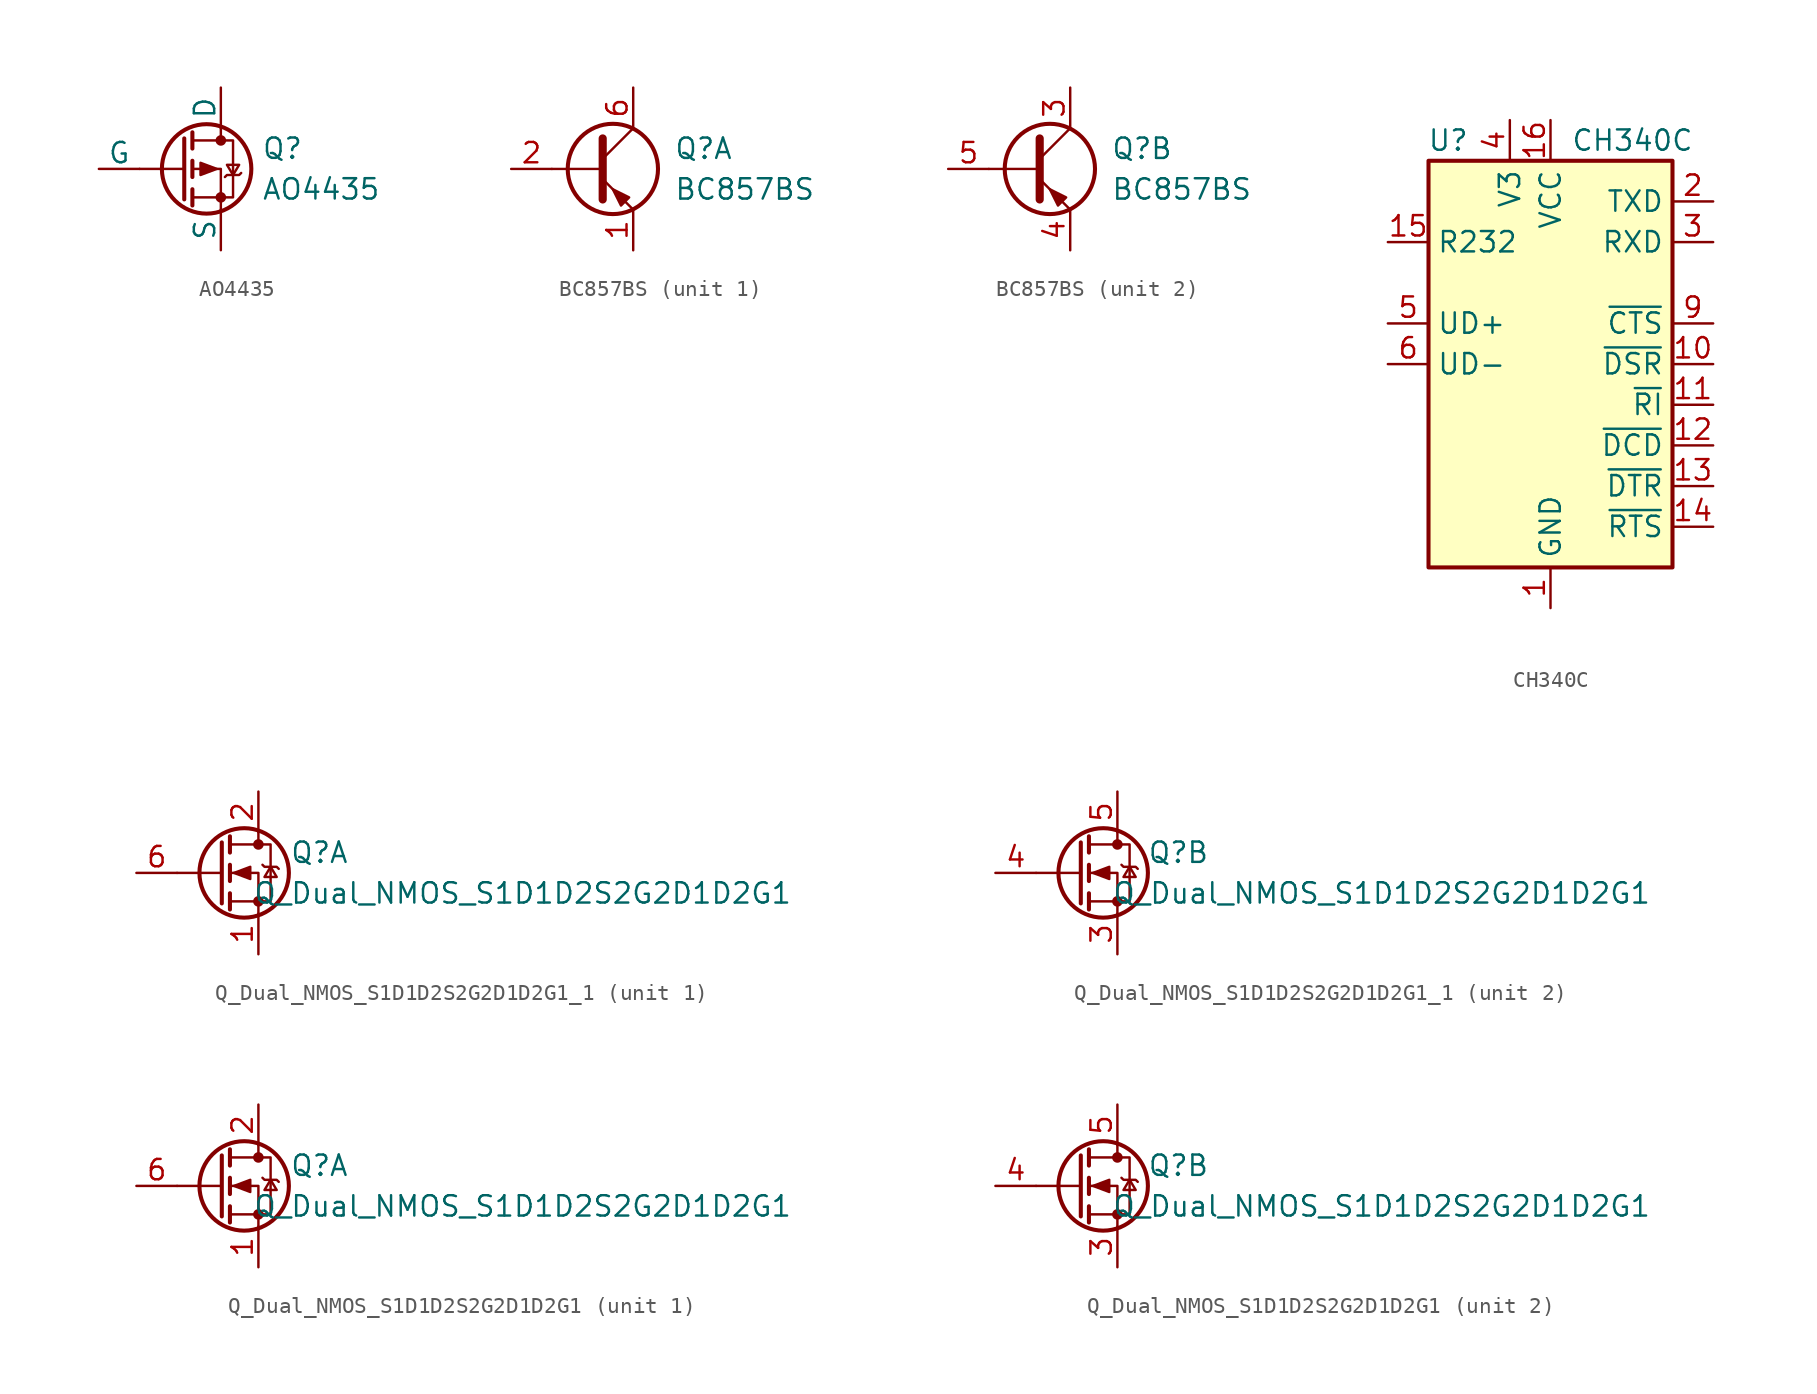
<source format=kicad_sym>
(kicad_symbol_lib
  (version 20220914)
  (generator kicad_symbol_editor)
  (symbol "AO4435"
    (pin_numbers hide)
    (pin_names
      (offset 0))
    (property "Reference" "Q"
      (at 5.08 1.27 0)
      (effects (font (size 1.27 1.27)) (justify left)))
    (property "Value" "AO4435"
      (at 5.08 -1.27 0)
      (effects (font (size 1.27 1.27)) (justify left)))
    (symbol "AO4435_0_1"
      (polyline (pts (xy 0.254 0) (xy -2.54 0)) (stroke (width 0) (type default)) (fill (type none)))
      (polyline (pts (xy 0.254 1.905) (xy 0.254 -1.905)) (stroke (width 0.254) (type default)) (fill (type none)))
      (polyline (pts (xy 0.762 -1.27) (xy 0.762 -2.286)) (stroke (width 0.254) (type default)) (fill (type none)))
      (polyline (pts (xy 0.762 0.508) (xy 0.762 -0.508)) (stroke (width 0.254) (type default)) (fill (type none)))
      (polyline (pts (xy 0.762 2.286) (xy 0.762 1.27)) (stroke (width 0.254) (type default)) (fill (type none)))
      (polyline (pts (xy 2.54 2.54) (xy 2.54 1.778)) (stroke (width 0) (type default)) (fill (type none)))
      (polyline (pts (xy 2.54 -2.54) (xy 2.54 0) (xy 0.762 0)) (stroke (width 0) (type default)) (fill (type none)))
      (polyline (pts (xy 0.762 1.778) (xy 3.302 1.778) (xy 3.302 -1.778) (xy 0.762 -1.778)) (stroke (width 0) (type default)) (fill (type none)))
      (polyline (pts (xy 2.286 0) (xy 1.27 0.381) (xy 1.27 -0.381) (xy 2.286 0)) (stroke (width 0) (type default)) (fill (type outline)))
      (polyline (pts (xy 2.794 -0.508) (xy 2.921 -0.381) (xy 3.683 -0.381) (xy 3.81 -0.254)) (stroke (width 0) (type default)) (fill (type none)))
      (polyline (pts (xy 3.302 -0.381) (xy 2.921 0.254) (xy 3.683 0.254) (xy 3.302 -0.381)) (stroke (width 0) (type default)) (fill (type none)))
      (circle (center 1.651 0) (radius 2.794) (stroke (width 0.254) (type default)) (fill (type none)))
      (circle (center 2.54 -1.778) (radius 0.254) (stroke (width 0) (type default)) (fill (type outline)))
      (circle (center 2.54 1.778) (radius 0.254) (stroke (width 0) (type default)) (fill (type outline))))
    (symbol "AO4435_1_1"
      (pin passive line (at 2.54 -5.08 90) (length 2.54) (name "S" (effects (font (size 1.27 1.27)))) (number "1" (effects (font (size 1.27 1.27)))))
      (pin passive line (at 2.54 -5.08 90) (length 2.54) hide (name "S" (effects (font (size 1.27 1.27)))) (number "2" (effects (font (size 1.27 1.27)))))
      (pin passive line (at 2.54 -5.08 90) (length 2.54) hide (name "S" (effects (font (size 1.27 1.27)))) (number "3" (effects (font (size 1.27 1.27)))))
      (pin input line (at -5.08 0 0) (length 2.54) (name "G" (effects (font (size 1.27 1.27)))) (number "4" (effects (font (size 1.27 1.27)))))
      (pin passive line (at 2.54 5.08 270) (length 2.54) (name "D" (effects (font (size 1.27 1.27)))) (number "5" (effects (font (size 1.27 1.27)))))
      (pin passive line (at 2.54 5.08 270) (length 2.54) hide (name "D" (effects (font (size 1.27 1.27)))) (number "6" (effects (font (size 1.27 1.27)))))
      (pin passive line (at 2.54 5.08 270) (length 2.54) hide (name "D" (effects (font (size 1.27 1.27)))) (number "7" (effects (font (size 1.27 1.27)))))
      (pin passive line (at 2.54 5.08 270) (length 2.54) hide (name "D" (effects (font (size 1.27 1.27)))) (number "8" (effects (font (size 1.27 1.27)))))))
  (symbol "BC857BS"
    (pin_names
      (offset 0) hide)
    (property "Reference" "Q"
      (at 5.08 1.27 0)
      (effects (font (size 1.27 1.27)) (justify left)))
    (property "Value" "BC857BS"
      (at 5.08 -1.27 0)
      (effects (font (size 1.27 1.27)) (justify left)))
    (property "ki_locked" ""
      (at 0 0 0)
      (effects (font (size 1.27 1.27))))
    (symbol "BC857BS_0_1"
      (polyline (pts (xy 0.635 0) (xy -2.54 0)) (stroke (width 0) (type default)) (fill (type none)))
      (polyline (pts (xy 0.635 0.635) (xy 2.54 2.54)) (stroke (width 0) (type default)) (fill (type none)))
      (polyline (pts (xy 0.635 -0.635) (xy 2.54 -2.54) (xy 2.54 -2.54)) (stroke (width 0) (type default)) (fill (type none)))
      (polyline (pts (xy 0.635 1.905) (xy 0.635 -1.905) (xy 0.635 -1.905)) (stroke (width 0.508) (type default)) (fill (type none)))
      (polyline (pts (xy 2.286 -1.778) (xy 1.778 -2.286) (xy 1.27 -1.27) (xy 2.286 -1.778) (xy 2.286 -1.778)) (stroke (width 0) (type default)) (fill (type outline)))
      (circle (center 1.27 0) (radius 2.819) (stroke (width 0.254) (type default)) (fill (type none))))
    (symbol "BC857BS_1_1"
      (pin passive line (at 2.54 -5.08 90) (length 2.54) (name "E1" (effects (font (size 1.27 1.27)))) (number "1" (effects (font (size 1.27 1.27)))))
      (pin input line (at -5.08 0 0) (length 2.54) (name "B1" (effects (font (size 1.27 1.27)))) (number "2" (effects (font (size 1.27 1.27)))))
      (pin passive line (at 2.54 5.08 270) (length 2.54) (name "C1" (effects (font (size 1.27 1.27)))) (number "6" (effects (font (size 1.27 1.27))))))
    (symbol "BC857BS_2_1"
      (pin passive line (at 2.54 5.08 270) (length 2.54) (name "C2" (effects (font (size 1.27 1.27)))) (number "3" (effects (font (size 1.27 1.27)))))
      (pin passive line (at 2.54 -5.08 90) (length 2.54) (name "E2" (effects (font (size 1.27 1.27)))) (number "4" (effects (font (size 1.27 1.27)))))
      (pin input line (at -5.08 0 0) (length 2.54) (name "B2" (effects (font (size 1.27 1.27)))) (number "5" (effects (font (size 1.27 1.27)))))))
  (symbol "CH340C"
    (property "Reference" "U"
      (at -5.08 13.97 0)
      (effects (font (size 1.27 1.27)) (justify right)))
    (property "Value" "CH340C"
      (at 1.27 13.97 0)
      (effects (font (size 1.27 1.27)) (justify left)))
    (symbol "CH340C_0_1"
      (rectangle (start -7.62 12.7) (end 7.62 -12.7) (stroke (width 0.254) (type default)) (fill (type background))))
    (symbol "CH340C_1_1"
      (pin power_in line (at 0 -15.24 90) (length 2.54) (name "GND" (effects (font (size 1.27 1.27)))) (number "1" (effects (font (size 1.27 1.27)))))
      (pin input line (at 10.16 0 180) (length 2.54) (name "~{DSR}" (effects (font (size 1.27 1.27)))) (number "10" (effects (font (size 1.27 1.27)))))
      (pin input line (at 10.16 -2.54 180) (length 2.54) (name "~{RI}" (effects (font (size 1.27 1.27)))) (number "11" (effects (font (size 1.27 1.27)))))
      (pin input line (at 10.16 -5.08 180) (length 2.54) (name "~{DCD}" (effects (font (size 1.27 1.27)))) (number "12" (effects (font (size 1.27 1.27)))))
      (pin output line (at 10.16 -7.62 180) (length 2.54) (name "~{DTR}" (effects (font (size 1.27 1.27)))) (number "13" (effects (font (size 1.27 1.27)))))
      (pin output line (at 10.16 -10.16 180) (length 2.54) (name "~{RTS}" (effects (font (size 1.27 1.27)))) (number "14" (effects (font (size 1.27 1.27)))))
      (pin input line (at -10.16 7.62 0) (length 2.54) (name "R232" (effects (font (size 1.27 1.27)))) (number "15" (effects (font (size 1.27 1.27)))))
      (pin power_in line (at 0 15.24 270) (length 2.54) (name "VCC" (effects (font (size 1.27 1.27)))) (number "16" (effects (font (size 1.27 1.27)))))
      (pin output line (at 10.16 10.16 180) (length 2.54) (name "TXD" (effects (font (size 1.27 1.27)))) (number "2" (effects (font (size 1.27 1.27)))))
      (pin input line (at 10.16 7.62 180) (length 2.54) (name "RXD" (effects (font (size 1.27 1.27)))) (number "3" (effects (font (size 1.27 1.27)))))
      (pin passive line (at -2.54 15.24 270) (length 2.54) (name "V3" (effects (font (size 1.27 1.27)))) (number "4" (effects (font (size 1.27 1.27)))))
      (pin bidirectional line (at -10.16 2.54 0) (length 2.54) (name "UD+" (effects (font (size 1.27 1.27)))) (number "5" (effects (font (size 1.27 1.27)))))
      (pin bidirectional line (at -10.16 0 0) (length 2.54) (name "UD-" (effects (font (size 1.27 1.27)))) (number "6" (effects (font (size 1.27 1.27)))))
      (pin no_connect line (at -7.62 -7.62 0) (length 2.54) hide (name "NC" (effects (font (size 1.27 1.27)))) (number "7" (effects (font (size 1.27 1.27)))))
      (pin no_connect line (at -7.62 -10.16 0) (length 2.54) hide (name "NC" (effects (font (size 1.27 1.27)))) (number "8" (effects (font (size 1.27 1.27)))))
      (pin input line (at 10.16 2.54 180) (length 2.54) (name "~{CTS}" (effects (font (size 1.27 1.27)))) (number "9" (effects (font (size 1.27 1.27)))))))
  (symbol "Q_Dual_NMOS_S1D1D2S2G2D1D2G1_1"
    (pin_names
      (offset 0) hide)
    (property "Reference" "Q"
      (at 6.35 1.27 0)
      (effects (font (size 1.27 1.27))))
    (property "Value" "Q_Dual_NMOS_S1D1D2S2G2D1D2G1"
      (at 19.05 -1.27 0)
      (effects (font (size 1.27 1.27))))
    (symbol "Q_Dual_NMOS_S1D1D2S2G2D1D2G1_1_0_1"
      (polyline (pts (xy 0.254 0) (xy -2.54 0)) (stroke (width 0) (type default)) (fill (type none)))
      (polyline (pts (xy 0.254 1.905) (xy 0.254 -1.905)) (stroke (width 0.254) (type default)) (fill (type none)))
      (polyline (pts (xy 0.762 -1.27) (xy 0.762 -2.286)) (stroke (width 0.254) (type default)) (fill (type none)))
      (polyline (pts (xy 0.762 0.508) (xy 0.762 -0.508)) (stroke (width 0.254) (type default)) (fill (type none)))
      (polyline (pts (xy 0.762 2.286) (xy 0.762 1.27)) (stroke (width 0.254) (type default)) (fill (type none)))
      (polyline (pts (xy 2.54 2.54) (xy 2.54 1.778)) (stroke (width 0) (type default)) (fill (type none)))
      (polyline (pts (xy 2.54 -2.54) (xy 2.54 0) (xy 0.762 0)) (stroke (width 0) (type default)) (fill (type none)))
      (polyline (pts (xy 0.762 -1.778) (xy 3.302 -1.778) (xy 3.302 1.778) (xy 0.762 1.778)) (stroke (width 0) (type default)) (fill (type none)))
      (polyline (pts (xy 1.016 0) (xy 2.032 0.381) (xy 2.032 -0.381) (xy 1.016 0)) (stroke (width 0) (type default)) (fill (type outline)))
      (polyline (pts (xy 2.794 0.508) (xy 2.921 0.381) (xy 3.683 0.381) (xy 3.81 0.254)) (stroke (width 0) (type default)) (fill (type none)))
      (polyline (pts (xy 3.302 0.381) (xy 2.921 -0.254) (xy 3.683 -0.254) (xy 3.302 0.381)) (stroke (width 0) (type default)) (fill (type none)))
      (circle (center 1.651 0) (radius 2.794) (stroke (width 0.254) (type default)) (fill (type none)))
      (circle (center 2.54 -1.778) (radius 0.254) (stroke (width 0) (type default)) (fill (type outline)))
      (circle (center 2.54 1.778) (radius 0.254) (stroke (width 0) (type default)) (fill (type outline))))
    (symbol "Q_Dual_NMOS_S1D1D2S2G2D1D2G1_1_1_1"
      (pin passive line (at 2.54 -5.08 90) (length 2.54) (name "S" (effects (font (size 1.27 1.27)))) (number "1" (effects (font (size 1.27 1.27)))))
      (pin passive line (at 2.54 5.08 270) (length 2.54) (name "D" (effects (font (size 1.27 1.27)))) (number "2" (effects (font (size 1.27 1.27)))))
      (pin input line (at -5.08 0 0) (length 2.54) (name "G" (effects (font (size 1.27 1.27)))) (number "6" (effects (font (size 1.27 1.27))))))
    (symbol "Q_Dual_NMOS_S1D1D2S2G2D1D2G1_1_2_1"
      (pin passive line (at 2.54 -5.08 90) (length 2.54) (name "S" (effects (font (size 1.27 1.27)))) (number "3" (effects (font (size 1.27 1.27)))))
      (pin input line (at -5.08 0 0) (length 2.54) (name "G" (effects (font (size 1.27 1.27)))) (number "4" (effects (font (size 1.27 1.27)))))
      (pin passive line (at 2.54 5.08 270) (length 2.54) (name "D" (effects (font (size 1.27 1.27)))) (number "5" (effects (font (size 1.27 1.27)))))))
  (symbol "Q_Dual_NMOS_S1D1D2S2G2D1D2G1"
    (pin_names
      (offset 0) hide)
    (property "Reference" "Q"
      (at 6.35 1.27 0)
      (effects (font (size 1.27 1.27))))
    (property "Value" "Q_Dual_NMOS_S1D1D2S2G2D1D2G1"
      (at 19.05 -1.27 0)
      (effects (font (size 1.27 1.27))))
    (symbol "Q_Dual_NMOS_S1D1D2S2G2D1D2G1_0_1"
      (polyline (pts (xy 0.254 0) (xy -2.54 0)) (stroke (width 0) (type default)) (fill (type none)))
      (polyline (pts (xy 0.254 1.905) (xy 0.254 -1.905)) (stroke (width 0.254) (type default)) (fill (type none)))
      (polyline (pts (xy 0.762 -1.27) (xy 0.762 -2.286)) (stroke (width 0.254) (type default)) (fill (type none)))
      (polyline (pts (xy 0.762 0.508) (xy 0.762 -0.508)) (stroke (width 0.254) (type default)) (fill (type none)))
      (polyline (pts (xy 0.762 2.286) (xy 0.762 1.27)) (stroke (width 0.254) (type default)) (fill (type none)))
      (polyline (pts (xy 2.54 2.54) (xy 2.54 1.778)) (stroke (width 0) (type default)) (fill (type none)))
      (polyline (pts (xy 2.54 -2.54) (xy 2.54 0) (xy 0.762 0)) (stroke (width 0) (type default)) (fill (type none)))
      (polyline (pts (xy 0.762 -1.778) (xy 3.302 -1.778) (xy 3.302 1.778) (xy 0.762 1.778)) (stroke (width 0) (type default)) (fill (type none)))
      (polyline (pts (xy 1.016 0) (xy 2.032 0.381) (xy 2.032 -0.381) (xy 1.016 0)) (stroke (width 0) (type default)) (fill (type outline)))
      (polyline (pts (xy 2.794 0.508) (xy 2.921 0.381) (xy 3.683 0.381) (xy 3.81 0.254)) (stroke (width 0) (type default)) (fill (type none)))
      (polyline (pts (xy 3.302 0.381) (xy 2.921 -0.254) (xy 3.683 -0.254) (xy 3.302 0.381)) (stroke (width 0) (type default)) (fill (type none)))
      (circle (center 1.651 0) (radius 2.794) (stroke (width 0.254) (type default)) (fill (type none)))
      (circle (center 2.54 -1.778) (radius 0.254) (stroke (width 0) (type default)) (fill (type outline)))
      (circle (center 2.54 1.778) (radius 0.254) (stroke (width 0) (type default)) (fill (type outline))))
    (symbol "Q_Dual_NMOS_S1D1D2S2G2D1D2G1_1_1"
      (pin passive line (at 2.54 -5.08 90) (length 2.54) (name "S" (effects (font (size 1.27 1.27)))) (number "1" (effects (font (size 1.27 1.27)))))
      (pin passive line (at 2.54 5.08 270) (length 2.54) (name "D" (effects (font (size 1.27 1.27)))) (number "2" (effects (font (size 1.27 1.27)))))
      (pin input line (at -5.08 0 0) (length 2.54) (name "G" (effects (font (size 1.27 1.27)))) (number "6" (effects (font (size 1.27 1.27))))))
    (symbol "Q_Dual_NMOS_S1D1D2S2G2D1D2G1_2_1"
      (pin passive line (at 2.54 -5.08 90) (length 2.54) (name "S" (effects (font (size 1.27 1.27)))) (number "3" (effects (font (size 1.27 1.27)))))
      (pin input line (at -5.08 0 0) (length 2.54) (name "G" (effects (font (size 1.27 1.27)))) (number "4" (effects (font (size 1.27 1.27)))))
      (pin passive line (at 2.54 5.08 270) (length 2.54) (name "D" (effects (font (size 1.27 1.27)))) (number "5" (effects (font (size 1.27 1.27))))))))
</source>
